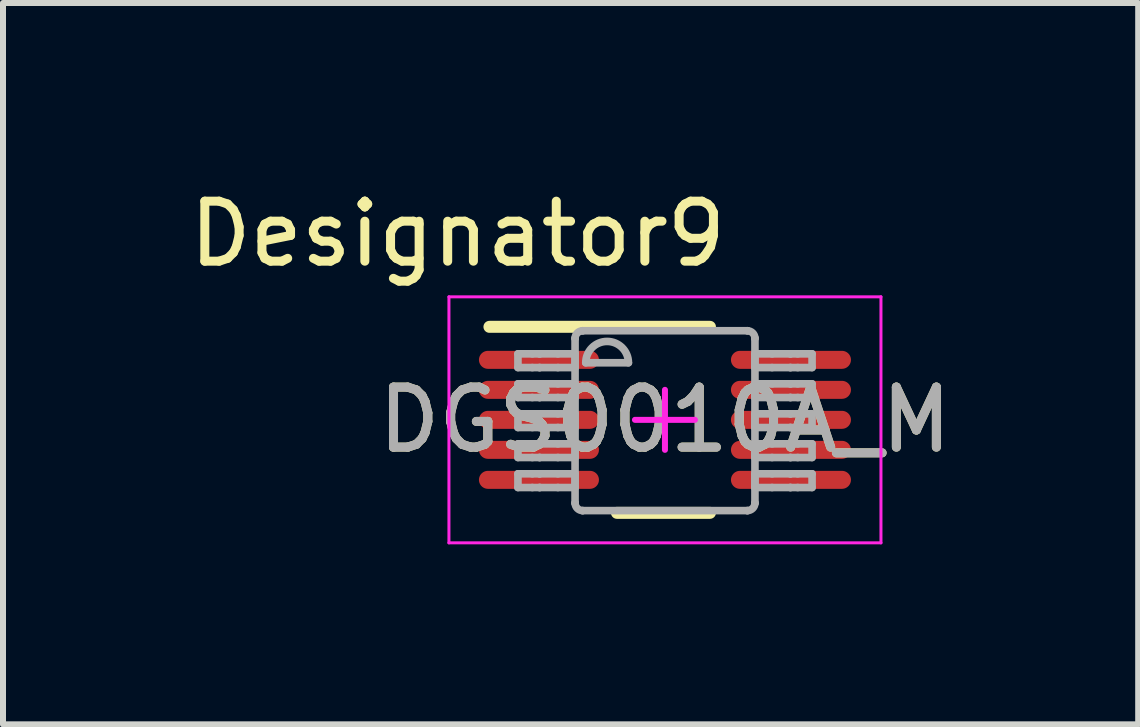
<source format=kicad_pcb>
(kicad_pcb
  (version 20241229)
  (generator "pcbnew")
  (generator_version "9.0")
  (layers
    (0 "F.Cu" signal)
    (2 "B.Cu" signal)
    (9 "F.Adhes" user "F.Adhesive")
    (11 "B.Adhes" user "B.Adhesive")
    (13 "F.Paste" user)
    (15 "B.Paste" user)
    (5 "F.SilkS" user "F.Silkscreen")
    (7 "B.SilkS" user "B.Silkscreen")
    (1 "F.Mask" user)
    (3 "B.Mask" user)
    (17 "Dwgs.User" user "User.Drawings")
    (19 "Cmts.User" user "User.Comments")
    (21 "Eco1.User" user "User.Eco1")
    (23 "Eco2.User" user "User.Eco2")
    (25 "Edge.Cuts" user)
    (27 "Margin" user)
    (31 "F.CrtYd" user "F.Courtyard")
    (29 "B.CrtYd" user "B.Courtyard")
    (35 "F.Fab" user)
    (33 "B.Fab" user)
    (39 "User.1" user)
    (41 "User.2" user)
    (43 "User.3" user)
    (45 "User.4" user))
  (footprint "DGS0010A_M"
    (layer "F.Cu")
    (at 8.032 3.947)
    (property "Reference" "DGS0010A_M" (at 0 0 0) (unlocked yes) (layer "F.SilkS") (effects (font (size 1 1) (thickness 0.15))))
    (attr smd)
    (fp_line (start -2.925 -1.55) (end 0.75 -1.55) (stroke (width 0.2) (type solid)) (layer "F.SilkS"))
    (fp_line (start -0.8 1.55) (end 0.75 1.55) (stroke (width 0.2) (type solid)) (layer "F.SilkS"))
    (fp_line (start -3.6 -2.05) (end 3.6 -2.05) (stroke (width 0.05) (type solid)) (layer "F.CrtYd"))
    (fp_line (start -3.6 2.05) (end -3.6 -2.05) (stroke (width 0.05) (type solid)) (layer "F.CrtYd"))
    (fp_line (start -3.6 2.05) (end 3.6 2.05) (stroke (width 0.05) (type solid)) (layer "F.CrtYd"))
    (fp_line (start -0.5 0) (end 0.5 0) (stroke (width 0.1) (type solid)) (layer "F.CrtYd"))
    (fp_line (start 0.000003 0.5) (end 0.000003 -0.5) (stroke (width 0.1) (type solid)) (layer "F.CrtYd"))
    (fp_line (start 3.6 2.05) (end 3.6 -2.05) (stroke (width 0.05) (type solid)) (layer "F.CrtYd"))
    (fp_line (start -2.45 -1.1) (end -2.21 -1.1) (stroke (width 0.127) (type solid)) (layer "F.Fab"))
    (fp_line (start -2.45 -0.871) (end -2.45 -1.1) (stroke (width 0.127) (type solid)) (layer "F.Fab"))
    (fp_line (start -2.45 -0.871) (end -2.21 -0.871) (stroke (width 0.127) (type solid)) (layer "F.Fab"))
    (fp_line (start -2.45 -0.6) (end -2.21 -0.6) (stroke (width 0.127) (type solid)) (layer "F.Fab"))
    (fp_line (start -2.45 -0.372) (end -2.45 -0.6) (stroke (width 0.127) (type solid)) (layer "F.Fab"))
    (fp_line (start -2.45 -0.372) (end -2.21 -0.372) (stroke (width 0.127) (type solid)) (layer "F.Fab"))
    (fp_line (start -2.45 -0.1) (end -2.21 -0.1) (stroke (width 0.127) (type solid)) (layer "F.Fab"))
    (fp_line (start -2.45 0.128) (end -2.45 -0.1) (stroke (width 0.127) (type solid)) (layer "F.Fab"))
    (fp_line (start -2.45 0.128) (end -2.21 0.128) (stroke (width 0.127) (type solid)) (layer "F.Fab"))
    (fp_line (start -2.45 0.4) (end -2.21 0.4) (stroke (width 0.127) (type solid)) (layer "F.Fab"))
    (fp_line (start -2.45 0.628) (end -2.45 0.4) (stroke (width 0.127) (type solid)) (layer "F.Fab"))
    (fp_line (start -2.45 0.628) (end -2.21 0.628) (stroke (width 0.127) (type solid)) (layer "F.Fab"))
    (fp_line (start -2.45 0.899) (end -2.21 0.899) (stroke (width 0.127) (type solid)) (layer "F.Fab"))
    (fp_line (start -2.45 1.128) (end -2.45 0.899) (stroke (width 0.127) (type solid)) (layer "F.Fab"))
    (fp_line (start -2.45 1.128) (end -2.21 1.128) (stroke (width 0.127) (type solid)) (layer "F.Fab"))
    (fp_line (start -2.21 -1.1) (end -2.09 -1.1) (stroke (width 0.127) (type solid)) (layer "F.Fab"))
    (fp_line (start -2.21 -0.871) (end -2.09 -0.871) (stroke (width 0.127) (type solid)) (layer "F.Fab"))
    (fp_line (start -2.21 -0.6) (end -2.09 -0.6) (stroke (width 0.127) (type solid)) (layer "F.Fab"))
    (fp_line (start -2.21 -0.372) (end -2.09 -0.372) (stroke (width 0.127) (type solid)) (layer "F.Fab"))
    (fp_line (start -2.21 -0.1) (end -2.09 -0.1) (stroke (width 0.127) (type solid)) (layer "F.Fab"))
    (fp_line (start -2.21 0.128) (end -2.09 0.128) (stroke (width 0.127) (type solid)) (layer "F.Fab"))
    (fp_line (start -2.21 0.4) (end -2.09 0.4) (stroke (width 0.127) (type solid)) (layer "F.Fab"))
    (fp_line (start -2.21 0.628) (end -2.09 0.628) (stroke (width 0.127) (type solid)) (layer "F.Fab"))
    (fp_line (start -2.21 0.899) (end -2.09 0.899) (stroke (width 0.127) (type solid)) (layer "F.Fab"))
    (fp_line (start -2.21 1.128) (end -2.09 1.128) (stroke (width 0.127) (type solid)) (layer "F.Fab"))
    (fp_line (start -2.09 -1.1) (end -2.087 -1.1) (stroke (width 0.127) (type solid)) (layer "F.Fab"))
    (fp_line (start -2.09 -0.871) (end -2.087 -0.871) (stroke (width 0.127) (type solid)) (layer "F.Fab"))
    (fp_line (start -2.09 -0.6) (end -2.087 -0.6) (stroke (width 0.127) (type solid)) (layer "F.Fab"))
    (fp_line (start -2.09 -0.372) (end -2.087 -0.372) (stroke (width 0.127) (type solid)) (layer "F.Fab"))
    (fp_line (start -2.09 -0.1) (end -2.087 -0.1) (stroke (width 0.127) (type solid)) (layer "F.Fab"))
    (fp_line (start -2.09 0.128) (end -2.087 0.128) (stroke (width 0.127) (type solid)) (layer "F.Fab"))
    (fp_line (start -2.09 0.4) (end -2.087 0.4) (stroke (width 0.127) (type solid)) (layer "F.Fab"))
    (fp_line (start -2.09 0.628) (end -2.087 0.628) (stroke (width 0.127) (type solid)) (layer "F.Fab"))
    (fp_line (start -2.09 0.899) (end -2.087 0.899) (stroke (width 0.127) (type solid)) (layer "F.Fab"))
    (fp_line (start -2.09 1.128) (end -2.087 1.128) (stroke (width 0.127) (type solid)) (layer "F.Fab"))
    (fp_line (start -2.087 -1.1) (end -1.784 -1.1) (stroke (width 0.127) (type solid)) (layer "F.Fab"))
    (fp_line (start -2.087 -0.871) (end -1.784 -0.871) (stroke (width 0.127) (type solid)) (layer "F.Fab"))
    (fp_line (start -2.087 -0.6) (end -1.784 -0.6) (stroke (width 0.127) (type solid)) (layer "F.Fab"))
    (fp_line (start -2.087 -0.372) (end -1.784 -0.372) (stroke (width 0.127) (type solid)) (layer "F.Fab"))
    (fp_line (start -2.087 -0.1) (end -1.784 -0.1) (stroke (width 0.127) (type solid)) (layer "F.Fab"))
    (fp_line (start -2.087 0.128) (end -1.784 0.128) (stroke (width 0.127) (type solid)) (layer "F.Fab"))
    (fp_line (start -2.087 0.4) (end -1.784 0.4) (stroke (width 0.127) (type solid)) (layer "F.Fab"))
    (fp_line (start -2.087 0.628) (end -1.784 0.628) (stroke (width 0.127) (type solid)) (layer "F.Fab"))
    (fp_line (start -2.087 0.899) (end -1.784 0.899) (stroke (width 0.127) (type solid)) (layer "F.Fab"))
    (fp_line (start -2.087 1.128) (end -1.784 1.128) (stroke (width 0.127) (type solid)) (layer "F.Fab"))
    (fp_line (start -1.784 -1.1) (end -1.498 -1.1) (stroke (width 0.127) (type solid)) (layer "F.Fab"))
    (fp_line (start -1.784 -0.871) (end -1.498 -0.871) (stroke (width 0.127) (type solid)) (layer "F.Fab"))
    (fp_line (start -1.784 -0.6) (end -1.498 -0.6) (stroke (width 0.127) (type solid)) (layer "F.Fab"))
    (fp_line (start -1.784 -0.372) (end -1.498 -0.372) (stroke (width 0.127) (type solid)) (layer "F.Fab"))
    (fp_line (start -1.784 -0.1) (end -1.498 -0.1) (stroke (width 0.127) (type solid)) (layer "F.Fab"))
    (fp_line (start -1.784 0.128) (end -1.498 0.128) (stroke (width 0.127) (type solid)) (layer "F.Fab"))
    (fp_line (start -1.784 0.4) (end -1.498 0.4) (stroke (width 0.127) (type solid)) (layer "F.Fab"))
    (fp_line (start -1.784 0.628) (end -1.498 0.628) (stroke (width 0.127) (type solid)) (layer "F.Fab"))
    (fp_line (start -1.784 0.899) (end -1.498 0.899) (stroke (width 0.127) (type solid)) (layer "F.Fab"))
    (fp_line (start -1.784 1.128) (end -1.498 1.128) (stroke (width 0.127) (type solid)) (layer "F.Fab"))
    (fp_line (start -1.498 -1.358) (end -1.497 -1.36) (stroke (width 0.127) (type solid)) (layer "F.Fab"))
    (fp_line (start -1.498 -0.871) (end -1.498 -1.1) (stroke (width 0.127) (type solid)) (layer "F.Fab"))
    (fp_line (start -1.498 -0.372) (end -1.498 -0.6) (stroke (width 0.127) (type solid)) (layer "F.Fab"))
    (fp_line (start -1.498 0.128) (end -1.498 -0.1) (stroke (width 0.127) (type solid)) (layer "F.Fab"))
    (fp_line (start -1.498 0.628) (end -1.498 0.4) (stroke (width 0.127) (type solid)) (layer "F.Fab"))
    (fp_line (start -1.498 1.128) (end -1.498 0.899) (stroke (width 0.127) (type solid)) (layer "F.Fab"))
    (fp_line (start -1.498 1.386) (end -1.498 -1.358) (stroke (width 0.127) (type solid)) (layer "F.Fab"))
    (fp_line (start -1.498 1.386) (end -1.497 1.388) (stroke (width 0.127) (type solid)) (layer "F.Fab"))
    (fp_line (start -1.373 -1.485) (end -1.371 -1.485) (stroke (width 0.127) (type solid)) (layer "F.Fab"))
    (fp_line (start -1.373 1.513) (end -1.371 1.513) (stroke (width 0.127) (type solid)) (layer "F.Fab"))
    (fp_line (start -1.371 -1.485) (end 1.373 -1.485) (stroke (width 0.127) (type solid)) (layer "F.Fab"))
    (fp_line (start -1.371 1.513) (end 1.373 1.513) (stroke (width 0.127) (type solid)) (layer "F.Fab"))
    (fp_line (start -1.32 -0.951) (end -0.609 -0.951) (stroke (width 0.127) (type solid)) (layer "F.Fab"))
    (fp_line (start 1.373 -1.485) (end 1.375 -1.485) (stroke (width 0.127) (type solid)) (layer "F.Fab"))
    (fp_line (start 1.373 1.513) (end 1.375 1.513) (stroke (width 0.127) (type solid)) (layer "F.Fab"))
    (fp_line (start 1.5 -1.36) (end 1.5 -1.358) (stroke (width 0.127) (type solid)) (layer "F.Fab"))
    (fp_line (start 1.5 1.388) (end 1.5 1.386) (stroke (width 0.127) (type solid)) (layer "F.Fab"))
    (fp_line (start 1.5 -1.1) (end 1.786 -1.1) (stroke (width 0.127) (type solid)) (layer "F.Fab"))
    (fp_line (start 1.5 -0.871) (end 1.5 -1.1) (stroke (width 0.127) (type solid)) (layer "F.Fab"))
    (fp_line (start 1.5 -0.871) (end 1.786 -0.871) (stroke (width 0.127) (type solid)) (layer "F.Fab"))
    (fp_line (start 1.5 -0.6) (end 1.786 -0.6) (stroke (width 0.127) (type solid)) (layer "F.Fab"))
    (fp_line (start 1.5 -0.372) (end 1.5 -0.6) (stroke (width 0.127) (type solid)) (layer "F.Fab"))
    (fp_line (start 1.5 -0.372) (end 1.786 -0.372) (stroke (width 0.127) (type solid)) (layer "F.Fab"))
    (fp_line (start 1.5 -0.1) (end 1.786 -0.1) (stroke (width 0.127) (type solid)) (layer "F.Fab"))
    (fp_line (start 1.5 0.128) (end 1.5 -0.1) (stroke (width 0.127) (type solid)) (layer "F.Fab"))
    (fp_line (start 1.5 0.128) (end 1.786 0.128) (stroke (width 0.127) (type solid)) (layer "F.Fab"))
    (fp_line (start 1.5 0.4) (end 1.786 0.4) (stroke (width 0.127) (type solid)) (layer "F.Fab"))
    (fp_line (start 1.5 0.628) (end 1.5 0.4) (stroke (width 0.127) (type solid)) (layer "F.Fab"))
    (fp_line (start 1.5 0.628) (end 1.786 0.628) (stroke (width 0.127) (type solid)) (layer "F.Fab"))
    (fp_line (start 1.5 0.899) (end 1.786 0.899) (stroke (width 0.127) (type solid)) (layer "F.Fab"))
    (fp_line (start 1.5 1.128) (end 1.5 0.899) (stroke (width 0.127) (type solid)) (layer "F.Fab"))
    (fp_line (start 1.5 1.128) (end 1.786 1.128) (stroke (width 0.127) (type solid)) (layer "F.Fab"))
    (fp_line (start 1.5 1.386) (end 1.5 -1.358) (stroke (width 0.127) (type solid)) (layer "F.Fab"))
    (fp_line (start 1.786 -1.1) (end 2.089 -1.1) (stroke (width 0.127) (type solid)) (layer "F.Fab"))
    (fp_line (start 1.786 -0.871) (end 2.089 -0.871) (stroke (width 0.127) (type solid)) (layer "F.Fab"))
    (fp_line (start 1.786 -0.6) (end 2.089 -0.6) (stroke (width 0.127) (type solid)) (layer "F.Fab"))
    (fp_line (start 1.786 -0.372) (end 2.089 -0.372) (stroke (width 0.127) (type solid)) (layer "F.Fab"))
    (fp_line (start 1.786 -0.1) (end 2.089 -0.1) (stroke (width 0.127) (type solid)) (layer "F.Fab"))
    (fp_line (start 1.786 0.128) (end 2.089 0.128) (stroke (width 0.127) (type solid)) (layer "F.Fab"))
    (fp_line (start 1.786 0.4) (end 2.089 0.4) (stroke (width 0.127) (type solid)) (layer "F.Fab"))
    (fp_line (start 1.786 0.628) (end 2.089 0.628) (stroke (width 0.127) (type solid)) (layer "F.Fab"))
    (fp_line (start 1.786 0.899) (end 2.089 0.899) (stroke (width 0.127) (type solid)) (layer "F.Fab"))
    (fp_line (start 1.786 1.128) (end 2.089 1.128) (stroke (width 0.127) (type solid)) (layer "F.Fab"))
    (fp_line (start 2.089 -1.1) (end 2.093 -1.1) (stroke (width 0.127) (type solid)) (layer "F.Fab"))
    (fp_line (start 2.089 -0.871) (end 2.093 -0.871) (stroke (width 0.127) (type solid)) (layer "F.Fab"))
    (fp_line (start 2.089 -0.6) (end 2.093 -0.6) (stroke (width 0.127) (type solid)) (layer "F.Fab"))
    (fp_line (start 2.089 -0.372) (end 2.093 -0.372) (stroke (width 0.127) (type solid)) (layer "F.Fab"))
    (fp_line (start 2.089 -0.1) (end 2.093 -0.1) (stroke (width 0.127) (type solid)) (layer "F.Fab"))
    (fp_line (start 2.089 0.128) (end 2.093 0.128) (stroke (width 0.127) (type solid)) (layer "F.Fab"))
    (fp_line (start 2.089 0.4) (end 2.093 0.4) (stroke (width 0.127) (type solid)) (layer "F.Fab"))
    (fp_line (start 2.089 0.628) (end 2.093 0.628) (stroke (width 0.127) (type solid)) (layer "F.Fab"))
    (fp_line (start 2.089 0.899) (end 2.093 0.899) (stroke (width 0.127) (type solid)) (layer "F.Fab"))
    (fp_line (start 2.089 1.128) (end 2.093 1.128) (stroke (width 0.127) (type solid)) (layer "F.Fab"))
    (fp_line (start 2.093 -1.1) (end 2.213 -1.1) (stroke (width 0.127) (type solid)) (layer "F.Fab"))
    (fp_line (start 2.093 -0.871) (end 2.213 -0.871) (stroke (width 0.127) (type solid)) (layer "F.Fab"))
    (fp_line (start 2.093 -0.6) (end 2.213 -0.6) (stroke (width 0.127) (type solid)) (layer "F.Fab"))
    (fp_line (start 2.093 -0.372) (end 2.213 -0.372) (stroke (width 0.127) (type solid)) (layer "F.Fab"))
    (fp_line (start 2.093 -0.1) (end 2.213 -0.1) (stroke (width 0.127) (type solid)) (layer "F.Fab"))
    (fp_line (start 2.093 0.128) (end 2.213 0.128) (stroke (width 0.127) (type solid)) (layer "F.Fab"))
    (fp_line (start 2.093 0.4) (end 2.213 0.4) (stroke (width 0.127) (type solid)) (layer "F.Fab"))
    (fp_line (start 2.093 0.628) (end 2.213 0.628) (stroke (width 0.127) (type solid)) (layer "F.Fab"))
    (fp_line (start 2.093 0.899) (end 2.213 0.899) (stroke (width 0.127) (type solid)) (layer "F.Fab"))
    (fp_line (start 2.093 1.128) (end 2.213 1.128) (stroke (width 0.127) (type solid)) (layer "F.Fab"))
    (fp_line (start 2.213 -1.1) (end 2.452 -1.1) (stroke (width 0.127) (type solid)) (layer "F.Fab"))
    (fp_line (start 2.213 -0.871) (end 2.452 -0.871) (stroke (width 0.127) (type solid)) (layer "F.Fab"))
    (fp_line (start 2.213 -0.6) (end 2.452 -0.6) (stroke (width 0.127) (type solid)) (layer "F.Fab"))
    (fp_line (start 2.213 -0.372) (end 2.452 -0.372) (stroke (width 0.127) (type solid)) (layer "F.Fab"))
    (fp_line (start 2.213 -0.1) (end 2.452 -0.1) (stroke (width 0.127) (type solid)) (layer "F.Fab"))
    (fp_line (start 2.213 0.128) (end 2.452 0.128) (stroke (width 0.127) (type solid)) (layer "F.Fab"))
    (fp_line (start 2.213 0.4) (end 2.452 0.4) (stroke (width 0.127) (type solid)) (layer "F.Fab"))
    (fp_line (start 2.213 0.628) (end 2.452 0.628) (stroke (width 0.127) (type solid)) (layer "F.Fab"))
    (fp_line (start 2.213 0.899) (end 2.452 0.899) (stroke (width 0.127) (type solid)) (layer "F.Fab"))
    (fp_line (start 2.213 1.128) (end 2.452 1.128) (stroke (width 0.127) (type solid)) (layer "F.Fab"))
    (fp_line (start 2.452 -0.871) (end 2.452 -1.1) (stroke (width 0.127) (type solid)) (layer "F.Fab"))
    (fp_line (start 2.452 -0.372) (end 2.452 -0.6) (stroke (width 0.127) (type solid)) (layer "F.Fab"))
    (fp_line (start 2.452 0.128) (end 2.452 -0.1) (stroke (width 0.127) (type solid)) (layer "F.Fab"))
    (fp_line (start 2.452 0.628) (end 2.452 0.4) (stroke (width 0.127) (type solid)) (layer "F.Fab"))
    (fp_line (start 2.452 1.128) (end 2.452 0.899) (stroke (width 0.127) (type solid)) (layer "F.Fab"))
    (fp_arc (start -1.49745 -1.360299) (mid -1.460293 -1.447356) (end -1.373243 -1.484531) (stroke (width 0.127) (type solid)) (layer "F.Fab"))
    (fp_arc (start -1.373243 1.512619) (mid -1.460293 1.475444) (end -1.49745 1.388386) (stroke (width 0.127) (type solid)) (layer "F.Fab"))
    (fp_arc (start -1.3197 -0.951156) (mid -0.9641 -1.306756) (end -0.6085 -0.951156) (stroke (width 0.127) (type solid)) (layer "F.Fab"))
    (fp_arc (start 1.375443 -1.484532) (mid 1.462505 -1.447362) (end 1.499675 -1.360299) (stroke (width 0.127) (type solid)) (layer "F.Fab"))
    (fp_arc (start 1.499675 1.388387) (mid 1.462505 1.475449) (end 1.375443 1.512619) (stroke (width 0.127) (type solid)) (layer "F.Fab"))
    (fp_text user "Designator9" (at -3.454 -3.099 0) (unlocked yes) (layer "F.SilkS") (effects (font (size 1 1) (thickness 0.15))))
    (fp_text user "${REFERENCE}" (at 0 0 0) (unlocked yes) (layer "F.Fab") (effects (font (size 1 1) (thickness 0.15))))
    (pad "1" smd oval (at -2.1 -1 90) (size 0.3 2) (layers "F.Cu" "F.Mask" "F.Paste"))
    (pad "2" smd oval (at -2.1 -0.5 90) (size 0.3 2) (layers "F.Cu" "F.Mask" "F.Paste"))
    (pad "3" smd oval (at -2.1 0 90) (size 0.3 2) (layers "F.Cu" "F.Mask" "F.Paste"))
    (pad "4" smd oval (at -2.1 0.5 90) (size 0.3 2) (layers "F.Cu" "F.Mask" "F.Paste"))
    (pad "5" smd oval (at -2.1 1 90) (size 0.3 2) (layers "F.Cu" "F.Mask" "F.Paste"))
    (pad "6" smd oval (at 2.1 1 90) (size 0.3 2) (layers "F.Cu" "F.Mask" "F.Paste"))
    (pad "7" smd oval (at 2.1 0.5 90) (size 0.3 2) (layers "F.Cu" "F.Mask" "F.Paste"))
    (pad "8" smd oval (at 2.1 0 90) (size 0.3 2) (layers "F.Cu" "F.Mask" "F.Paste"))
    (pad "9" smd oval (at 2.1 -0.5 90) (size 0.3 2) (layers "F.Cu" "F.Mask" "F.Paste"))
    (pad "10" smd oval (at 2.1 -1 90) (size 0.3 2) (layers "F.Cu" "F.Mask" "F.Paste")))
  (gr_rect
    (start -3 -3)
    (end 15.919 9.022)
    (stroke (width 0.1) (type default))
    (fill no)
    (layer "Edge.Cuts")))
</source>
